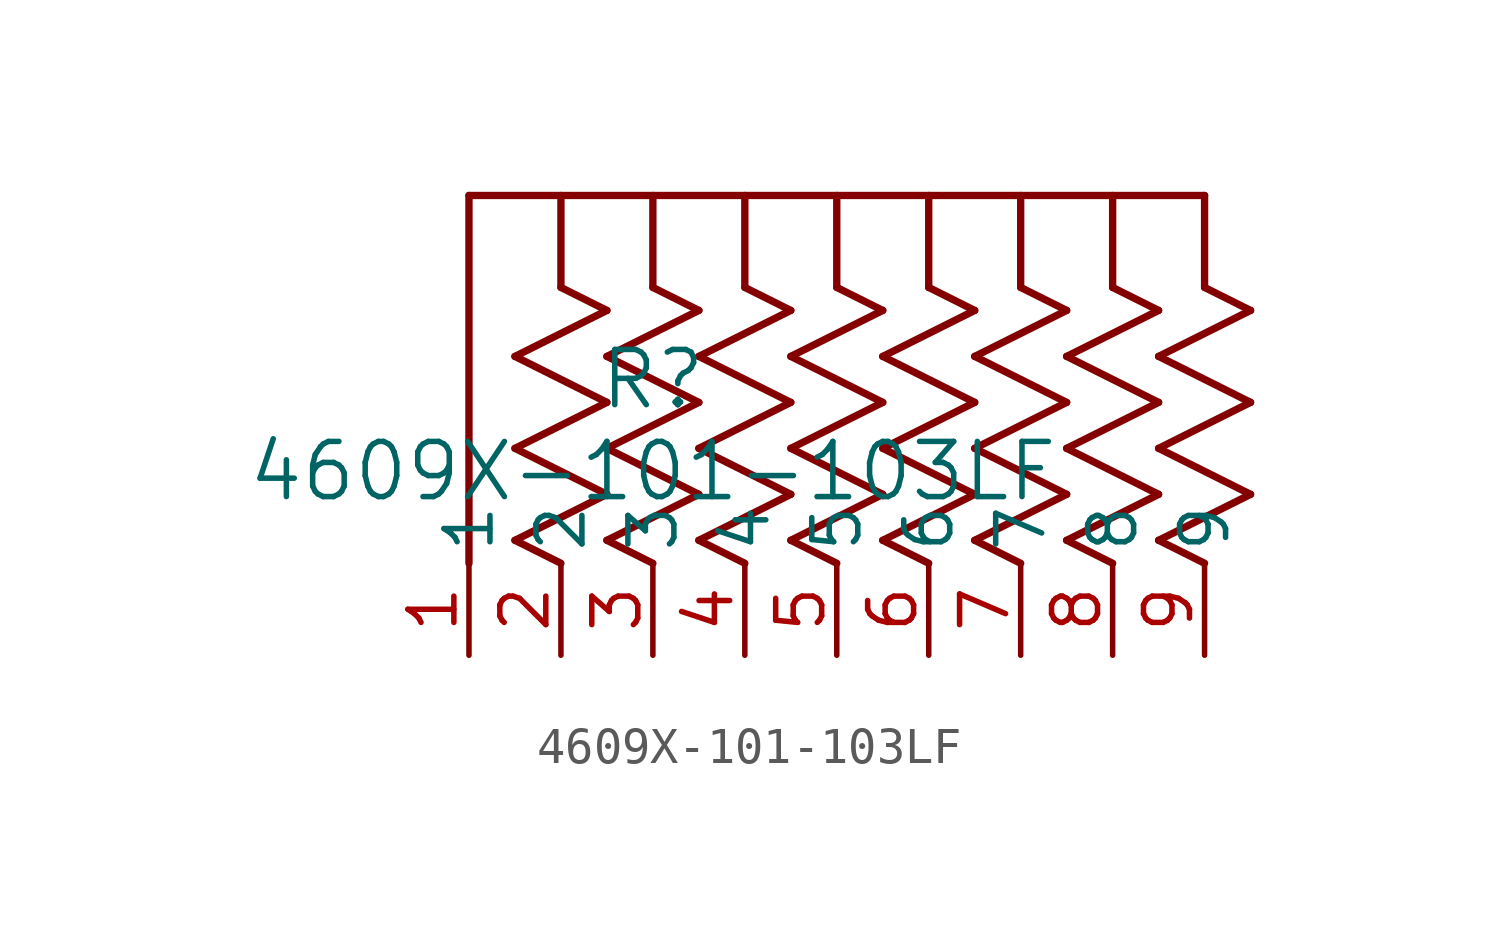
<source format=kicad_sym>
(kicad_symbol_lib
  (version 20211014)
  (generator kicad_symbol_editor)
  (symbol "4609X-101-103LF"
    (pin_names
      (offset 0.254))
    (property "Reference" "R"
      (at 5.08 7.62 0)
      (effects (font (size 1.524 1.524))))
    (property "Value" "4609X-101-103LF"
      (at 5.08 5.08 0)
      (effects (font (size 1.524 1.524))))
    (symbol "4609X-101-103LF_0_1"
      (polyline (pts (xy 2.54 10.16) (xy 3.81 9.525)) (stroke (width 0.203) (type default) (color 0 0 0 0)) (fill (type none)))
      (polyline (pts (xy 3.81 9.525) (xy 1.27 8.255)) (stroke (width 0.203) (type default) (color 0 0 0 0)) (fill (type none)))
      (polyline (pts (xy 1.27 8.255) (xy 3.81 6.985)) (stroke (width 0.203) (type default) (color 0 0 0 0)) (fill (type none)))
      (polyline (pts (xy 3.81 6.985) (xy 1.27 5.715)) (stroke (width 0.203) (type default) (color 0 0 0 0)) (fill (type none)))
      (polyline (pts (xy 3.81 4.445) (xy 1.27 3.175)) (stroke (width 0.203) (type default) (color 0 0 0 0)) (fill (type none)))
      (polyline (pts (xy 1.27 3.175) (xy 2.54 2.54)) (stroke (width 0.203) (type default) (color 0 0 0 0)) (fill (type none)))
      (polyline (pts (xy 0 2.54) (xy 0 12.7)) (stroke (width 0.203) (type default) (color 0 0 0 0)) (fill (type none)))
      (polyline (pts (xy 0 12.7) (xy 20.32 12.7)) (stroke (width 0.203) (type default) (color 0 0 0 0)) (fill (type none)))
      (polyline (pts (xy 1.27 5.715) (xy 3.81 4.445)) (stroke (width 0.203) (type default) (color 0 0 0 0)) (fill (type none)))
      (polyline (pts (xy 2.54 12.7) (xy 2.54 10.16)) (stroke (width 0.203) (type default) (color 0 0 0 0)) (fill (type none)))
      (polyline (pts (xy 5.08 10.16) (xy 6.35 9.525)) (stroke (width 0.203) (type default) (color 0 0 0 0)) (fill (type none)))
      (polyline (pts (xy 6.35 9.525) (xy 3.81 8.255)) (stroke (width 0.203) (type default) (color 0 0 0 0)) (fill (type none)))
      (polyline (pts (xy 3.81 8.255) (xy 6.35 6.985)) (stroke (width 0.203) (type default) (color 0 0 0 0)) (fill (type none)))
      (polyline (pts (xy 6.35 6.985) (xy 3.81 5.715)) (stroke (width 0.203) (type default) (color 0 0 0 0)) (fill (type none)))
      (polyline (pts (xy 6.35 4.445) (xy 3.81 3.175)) (stroke (width 0.203) (type default) (color 0 0 0 0)) (fill (type none)))
      (polyline (pts (xy 3.81 3.175) (xy 5.08 2.54)) (stroke (width 0.203) (type default) (color 0 0 0 0)) (fill (type none)))
      (polyline (pts (xy 3.81 5.715) (xy 6.35 4.445)) (stroke (width 0.203) (type default) (color 0 0 0 0)) (fill (type none)))
      (polyline (pts (xy 5.08 12.7) (xy 5.08 10.16)) (stroke (width 0.203) (type default) (color 0 0 0 0)) (fill (type none)))
      (polyline (pts (xy 7.62 10.16) (xy 8.89 9.525)) (stroke (width 0.203) (type default) (color 0 0 0 0)) (fill (type none)))
      (polyline (pts (xy 8.89 9.525) (xy 6.35 8.255)) (stroke (width 0.203) (type default) (color 0 0 0 0)) (fill (type none)))
      (polyline (pts (xy 6.35 8.255) (xy 8.89 6.985)) (stroke (width 0.203) (type default) (color 0 0 0 0)) (fill (type none)))
      (polyline (pts (xy 8.89 6.985) (xy 6.35 5.715)) (stroke (width 0.203) (type default) (color 0 0 0 0)) (fill (type none)))
      (polyline (pts (xy 8.89 4.445) (xy 6.35 3.175)) (stroke (width 0.203) (type default) (color 0 0 0 0)) (fill (type none)))
      (polyline (pts (xy 6.35 3.175) (xy 7.62 2.54)) (stroke (width 0.203) (type default) (color 0 0 0 0)) (fill (type none)))
      (polyline (pts (xy 6.35 5.715) (xy 8.89 4.445)) (stroke (width 0.203) (type default) (color 0 0 0 0)) (fill (type none)))
      (polyline (pts (xy 7.62 12.7) (xy 7.62 10.16)) (stroke (width 0.203) (type default) (color 0 0 0 0)) (fill (type none)))
      (polyline (pts (xy 10.16 10.16) (xy 11.43 9.525)) (stroke (width 0.203) (type default) (color 0 0 0 0)) (fill (type none)))
      (polyline (pts (xy 11.43 9.525) (xy 8.89 8.255)) (stroke (width 0.203) (type default) (color 0 0 0 0)) (fill (type none)))
      (polyline (pts (xy 8.89 8.255) (xy 11.43 6.985)) (stroke (width 0.203) (type default) (color 0 0 0 0)) (fill (type none)))
      (polyline (pts (xy 11.43 6.985) (xy 8.89 5.715)) (stroke (width 0.203) (type default) (color 0 0 0 0)) (fill (type none)))
      (polyline (pts (xy 11.43 4.445) (xy 8.89 3.175)) (stroke (width 0.203) (type default) (color 0 0 0 0)) (fill (type none)))
      (polyline (pts (xy 8.89 3.175) (xy 10.16 2.54)) (stroke (width 0.203) (type default) (color 0 0 0 0)) (fill (type none)))
      (polyline (pts (xy 8.89 5.715) (xy 11.43 4.445)) (stroke (width 0.203) (type default) (color 0 0 0 0)) (fill (type none)))
      (polyline (pts (xy 10.16 12.7) (xy 10.16 10.16)) (stroke (width 0.203) (type default) (color 0 0 0 0)) (fill (type none)))
      (polyline (pts (xy 12.7 10.16) (xy 13.97 9.525)) (stroke (width 0.203) (type default) (color 0 0 0 0)) (fill (type none)))
      (polyline (pts (xy 13.97 9.525) (xy 11.43 8.255)) (stroke (width 0.203) (type default) (color 0 0 0 0)) (fill (type none)))
      (polyline (pts (xy 11.43 8.255) (xy 13.97 6.985)) (stroke (width 0.203) (type default) (color 0 0 0 0)) (fill (type none)))
      (polyline (pts (xy 13.97 6.985) (xy 11.43 5.715)) (stroke (width 0.203) (type default) (color 0 0 0 0)) (fill (type none)))
      (polyline (pts (xy 13.97 4.445) (xy 11.43 3.175)) (stroke (width 0.203) (type default) (color 0 0 0 0)) (fill (type none)))
      (polyline (pts (xy 11.43 3.175) (xy 12.7 2.54)) (stroke (width 0.203) (type default) (color 0 0 0 0)) (fill (type none)))
      (polyline (pts (xy 11.43 5.715) (xy 13.97 4.445)) (stroke (width 0.203) (type default) (color 0 0 0 0)) (fill (type none)))
      (polyline (pts (xy 12.7 12.7) (xy 12.7 10.16)) (stroke (width 0.203) (type default) (color 0 0 0 0)) (fill (type none)))
      (polyline (pts (xy 15.24 10.16) (xy 16.51 9.525)) (stroke (width 0.203) (type default) (color 0 0 0 0)) (fill (type none)))
      (polyline (pts (xy 16.51 9.525) (xy 13.97 8.255)) (stroke (width 0.203) (type default) (color 0 0 0 0)) (fill (type none)))
      (polyline (pts (xy 13.97 8.255) (xy 16.51 6.985)) (stroke (width 0.203) (type default) (color 0 0 0 0)) (fill (type none)))
      (polyline (pts (xy 16.51 6.985) (xy 13.97 5.715)) (stroke (width 0.203) (type default) (color 0 0 0 0)) (fill (type none)))
      (polyline (pts (xy 16.51 4.445) (xy 13.97 3.175)) (stroke (width 0.203) (type default) (color 0 0 0 0)) (fill (type none)))
      (polyline (pts (xy 13.97 3.175) (xy 15.24 2.54)) (stroke (width 0.203) (type default) (color 0 0 0 0)) (fill (type none)))
      (polyline (pts (xy 13.97 5.715) (xy 16.51 4.445)) (stroke (width 0.203) (type default) (color 0 0 0 0)) (fill (type none)))
      (polyline (pts (xy 15.24 12.7) (xy 15.24 10.16)) (stroke (width 0.203) (type default) (color 0 0 0 0)) (fill (type none)))
      (polyline (pts (xy 17.78 10.16) (xy 19.05 9.525)) (stroke (width 0.203) (type default) (color 0 0 0 0)) (fill (type none)))
      (polyline (pts (xy 19.05 9.525) (xy 16.51 8.255)) (stroke (width 0.203) (type default) (color 0 0 0 0)) (fill (type none)))
      (polyline (pts (xy 16.51 8.255) (xy 19.05 6.985)) (stroke (width 0.203) (type default) (color 0 0 0 0)) (fill (type none)))
      (polyline (pts (xy 19.05 6.985) (xy 16.51 5.715)) (stroke (width 0.203) (type default) (color 0 0 0 0)) (fill (type none)))
      (polyline (pts (xy 19.05 4.445) (xy 16.51 3.175)) (stroke (width 0.203) (type default) (color 0 0 0 0)) (fill (type none)))
      (polyline (pts (xy 16.51 3.175) (xy 17.78 2.54)) (stroke (width 0.203) (type default) (color 0 0 0 0)) (fill (type none)))
      (polyline (pts (xy 16.51 5.715) (xy 19.05 4.445)) (stroke (width 0.203) (type default) (color 0 0 0 0)) (fill (type none)))
      (polyline (pts (xy 17.78 12.7) (xy 17.78 10.16)) (stroke (width 0.203) (type default) (color 0 0 0 0)) (fill (type none)))
      (polyline (pts (xy 20.32 10.16) (xy 21.59 9.525)) (stroke (width 0.203) (type default) (color 0 0 0 0)) (fill (type none)))
      (polyline (pts (xy 21.59 9.525) (xy 19.05 8.255)) (stroke (width 0.203) (type default) (color 0 0 0 0)) (fill (type none)))
      (polyline (pts (xy 19.05 8.255) (xy 21.59 6.985)) (stroke (width 0.203) (type default) (color 0 0 0 0)) (fill (type none)))
      (polyline (pts (xy 21.59 6.985) (xy 19.05 5.715)) (stroke (width 0.203) (type default) (color 0 0 0 0)) (fill (type none)))
      (polyline (pts (xy 21.59 4.445) (xy 19.05 3.175)) (stroke (width 0.203) (type default) (color 0 0 0 0)) (fill (type none)))
      (polyline (pts (xy 19.05 3.175) (xy 20.32 2.54)) (stroke (width 0.203) (type default) (color 0 0 0 0)) (fill (type none)))
      (polyline (pts (xy 19.05 5.715) (xy 21.59 4.445)) (stroke (width 0.203) (type default) (color 0 0 0 0)) (fill (type none)))
      (polyline (pts (xy 20.32 12.7) (xy 20.32 10.16)) (stroke (width 0.203) (type default) (color 0 0 0 0)) (fill (type none)))
      (pin unspecified line (at 0 0 90) (length 2.54) (name "1" (effects (font (size 1.27 1.27)))) (number "1" (effects (font (size 1.27 1.27)))))
      (pin unspecified line (at 2.54 0 90) (length 2.54) (name "2" (effects (font (size 1.27 1.27)))) (number "2" (effects (font (size 1.27 1.27)))))
      (pin unspecified line (at 5.08 0 90) (length 2.54) (name "3" (effects (font (size 1.27 1.27)))) (number "3" (effects (font (size 1.27 1.27)))))
      (pin unspecified line (at 7.62 0 90) (length 2.54) (name "4" (effects (font (size 1.27 1.27)))) (number "4" (effects (font (size 1.27 1.27)))))
      (pin unspecified line (at 10.16 0 90) (length 2.54) (name "5" (effects (font (size 1.27 1.27)))) (number "5" (effects (font (size 1.27 1.27)))))
      (pin unspecified line (at 12.7 0 90) (length 2.54) (name "6" (effects (font (size 1.27 1.27)))) (number "6" (effects (font (size 1.27 1.27)))))
      (pin unspecified line (at 15.24 0 90) (length 2.54) (name "7" (effects (font (size 1.27 1.27)))) (number "7" (effects (font (size 1.27 1.27)))))
      (pin unspecified line (at 17.78 0 90) (length 2.54) (name "8" (effects (font (size 1.27 1.27)))) (number "8" (effects (font (size 1.27 1.27)))))
      (pin unspecified line (at 20.32 0 90) (length 2.54) (name "9" (effects (font (size 1.27 1.27)))) (number "9" (effects (font (size 1.27 1.27))))))))
</source>
